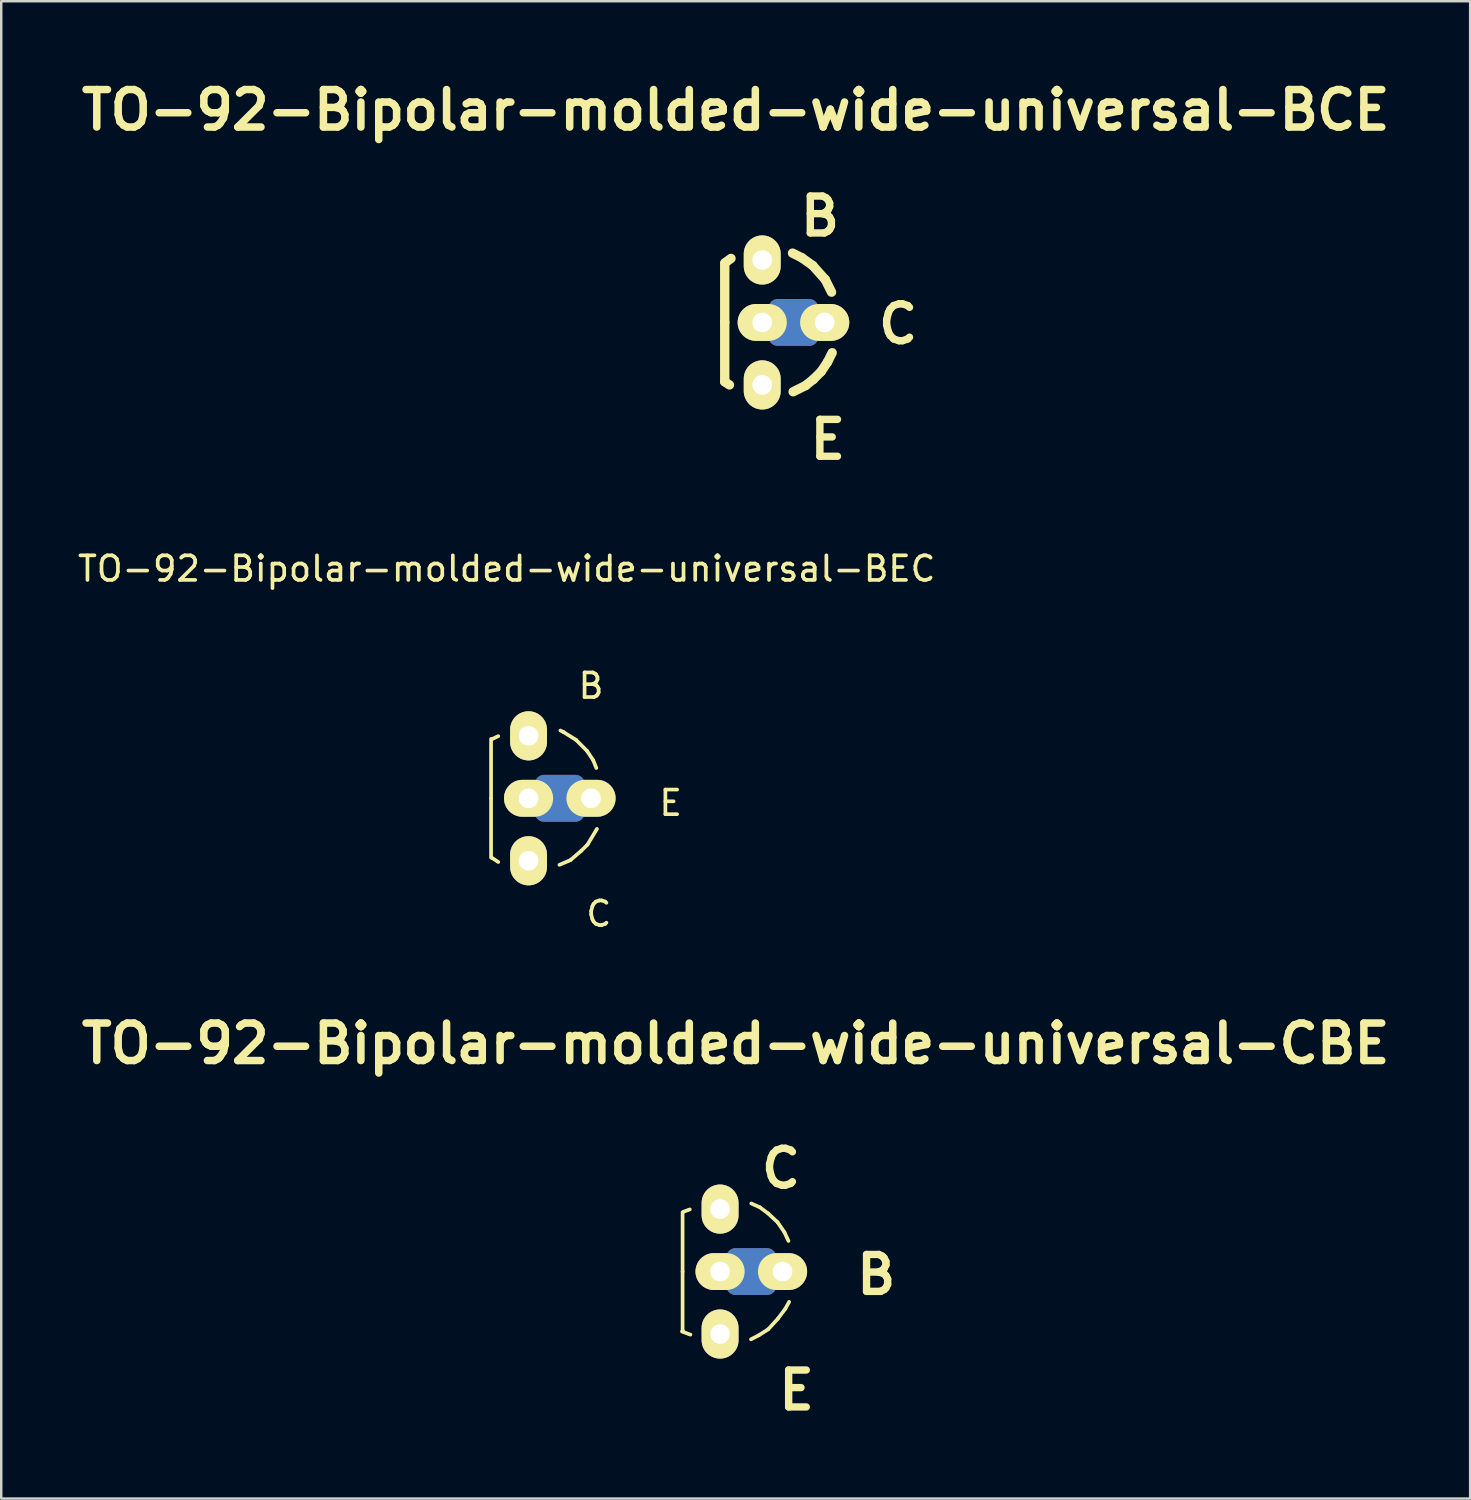
<source format=kicad_pcb>
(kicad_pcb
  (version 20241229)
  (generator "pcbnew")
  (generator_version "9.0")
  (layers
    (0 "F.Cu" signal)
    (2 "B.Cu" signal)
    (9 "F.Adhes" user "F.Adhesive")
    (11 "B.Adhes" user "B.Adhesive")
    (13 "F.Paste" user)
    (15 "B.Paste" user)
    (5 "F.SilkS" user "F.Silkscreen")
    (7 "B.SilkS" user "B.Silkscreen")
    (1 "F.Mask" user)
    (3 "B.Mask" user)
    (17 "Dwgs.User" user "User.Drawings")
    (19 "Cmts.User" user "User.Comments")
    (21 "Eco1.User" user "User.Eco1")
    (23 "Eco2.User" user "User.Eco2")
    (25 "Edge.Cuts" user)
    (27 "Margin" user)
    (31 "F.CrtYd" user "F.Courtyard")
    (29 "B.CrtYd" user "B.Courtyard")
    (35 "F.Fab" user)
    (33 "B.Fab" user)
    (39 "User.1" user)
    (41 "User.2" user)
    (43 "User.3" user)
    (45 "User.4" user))
  (footprint "TO-92-Bipolar-molded-wide-universal-BEC"
    (layer "F.Cu")
    (at 18.443 29.412)
    (property "Reference" "TO-92-Bipolar-molded-wide-universal-BEC" (at -0.889 -9.335 0) (layer "F.SilkS") (effects (font (size 1 1) (thickness 0.15))))
    (attr through_hole)
    (fp_line (start 0.635 -0.572) (end 1.905 -0.572) (stroke (width 0.762) (type solid)) (layer "F.Cu"))
    (fp_line (start 0.635 0.572) (end 1.905 0.572) (stroke (width 0.762) (type solid)) (layer "F.Cu"))
    (fp_line (start 0.889 0) (end 1.524 0) (stroke (width 0.762) (type solid)) (layer "F.Cu"))
    (fp_line (start 0.635 -0.572) (end 1.905 -0.572) (stroke (width 0.762) (type solid)) (layer "B.Cu"))
    (fp_line (start 0.635 0.572) (end 1.905 0.572) (stroke (width 0.762) (type solid)) (layer "B.Cu"))
    (fp_line (start 0.889 0) (end 1.524 0) (stroke (width 0.762) (type solid)) (layer "B.Cu"))
    (fp_line (start -1.524 0) (end -1.524 -2.413) (stroke (width 0.15) (type solid)) (layer "F.SilkS"))
    (fp_line (start -1.524 0) (end -1.524 2.413) (stroke (width 0.15) (type solid)) (layer "F.SilkS"))
    (fp_line (start -1.499 -2.4) (end -1.232 -2.527) (stroke (width 0.15) (type solid)) (layer "F.SilkS"))
    (fp_line (start -1.499 2.413) (end -1.232 2.591) (stroke (width 0.15) (type solid)) (layer "F.SilkS"))
    (fp_line (start 1.257 2.705) (end 1.702 2.515) (stroke (width 0.15) (type solid)) (layer "F.SilkS"))
    (fp_line (start 1.422 -2.692) (end 1.295 -2.756) (stroke (width 0.15) (type solid)) (layer "F.SilkS"))
    (fp_line (start 1.702 2.515) (end 2.146 2.134) (stroke (width 0.15) (type solid)) (layer "F.SilkS"))
    (fp_line (start 1.93 -2.375) (end 1.422 -2.692) (stroke (width 0.15) (type solid)) (layer "F.SilkS"))
    (fp_line (start 2.146 2.134) (end 2.4 1.88) (stroke (width 0.15) (type solid)) (layer "F.SilkS"))
    (fp_line (start 2.375 -1.93) (end 1.93 -2.375) (stroke (width 0.15) (type solid)) (layer "F.SilkS"))
    (fp_line (start 2.4 1.88) (end 2.781 1.245) (stroke (width 0.15) (type solid)) (layer "F.SilkS"))
    (fp_line (start 2.629 -1.549) (end 2.375 -1.93) (stroke (width 0.15) (type solid)) (layer "F.SilkS"))
    (fp_line (start 2.756 -1.232) (end 2.629 -1.549) (stroke (width 0.15) (type solid)) (layer "F.SilkS"))
    (fp_text user "B" (at 2.54 -4.572 0) (layer "F.SilkS") (effects (font (size 1 1) (thickness 0.15))))
    (fp_text user "C" (at 2.857 4.699 0) (layer "F.SilkS") (effects (font (size 1 1) (thickness 0.15))))
    (fp_text user "E" (at 5.779 0.191 0) (layer "F.SilkS") (effects (font (size 1 1) (thickness 0.15))))
    (pad "B" thru_hole oval (at 0 -2.54) (size 1.501 1.999) (drill 0.8) (layers "*.Cu" "*.Mask" "F.SilkS"))
    (pad "C" thru_hole oval (at 0 2.54) (size 1.501 1.999) (drill 0.8) (layers "*.Cu" "*.Mask" "F.SilkS"))
    (pad "E" thru_hole oval (at 0 0 90) (size 1.501 1.999) (drill 0.8) (layers "*.Cu" "*.Mask" "F.SilkS"))
    (pad "E" thru_hole oval (at 2.54 0) (size 1.999 1.501) (drill 0.8) (layers "*.Cu" "*.Mask" "F.SilkS")))
  (footprint "TO-92-Bipolar-molded-wide-universal-BCE"
    (layer "F.Cu")
    (at 27.945 10.062)
    (property "Reference" "TO-92-Bipolar-molded-wide-universal-BCE" (at -1.079 -8.636 0) (layer "F.SilkS") (effects (font (size 1.524 1.524) (thickness 0.305))))
    (attr through_hole)
    (fp_line (start 0.635 -0.572) (end 1.905 -0.572) (stroke (width 0.762) (type solid)) (layer "F.Cu"))
    (fp_line (start 0.635 0.572) (end 1.905 0.572) (stroke (width 0.762) (type solid)) (layer "F.Cu"))
    (fp_line (start 0.889 0) (end 1.524 0) (stroke (width 0.762) (type solid)) (layer "F.Cu"))
    (fp_line (start 0.635 -0.572) (end 1.905 -0.572) (stroke (width 0.762) (type solid)) (layer "B.Cu"))
    (fp_line (start 0.635 0.572) (end 1.905 0.572) (stroke (width 0.762) (type solid)) (layer "B.Cu"))
    (fp_line (start 0.889 0) (end 1.524 0) (stroke (width 0.762) (type solid)) (layer "B.Cu"))
    (fp_line (start -1.524 0) (end -1.524 -2.413) (stroke (width 0.381) (type solid)) (layer "F.SilkS"))
    (fp_line (start -1.524 0) (end -1.524 2.413) (stroke (width 0.381) (type solid)) (layer "F.SilkS"))
    (fp_line (start -1.524 2.413) (end -1.333 2.54) (stroke (width 0.381) (type solid)) (layer "F.SilkS"))
    (fp_line (start -1.511 -2.426) (end -1.27 -2.603) (stroke (width 0.381) (type solid)) (layer "F.SilkS"))
    (fp_line (start 1.232 -2.819) (end 1.613 -2.629) (stroke (width 0.381) (type solid)) (layer "F.SilkS"))
    (fp_line (start 1.613 -2.629) (end 2.057 -2.311) (stroke (width 0.381) (type solid)) (layer "F.SilkS"))
    (fp_line (start 1.765 2.565) (end 1.257 2.819) (stroke (width 0.381) (type solid)) (layer "F.SilkS"))
    (fp_line (start 2.057 -2.311) (end 2.565 -1.74) (stroke (width 0.381) (type solid)) (layer "F.SilkS"))
    (fp_line (start 2.083 2.311) (end 1.765 2.565) (stroke (width 0.381) (type solid)) (layer "F.SilkS"))
    (fp_line (start 2.4 1.994) (end 2.083 2.311) (stroke (width 0.381) (type solid)) (layer "F.SilkS"))
    (fp_line (start 2.565 -1.74) (end 2.819 -1.232) (stroke (width 0.381) (type solid)) (layer "F.SilkS"))
    (fp_line (start 2.654 1.613) (end 2.4 1.994) (stroke (width 0.381) (type solid)) (layer "F.SilkS"))
    (fp_line (start 2.845 1.232) (end 2.654 1.613) (stroke (width 0.381) (type solid)) (layer "F.SilkS"))
    (fp_text user "C" (at 5.524 0.064 0) (layer "F.SilkS") (effects (font (size 1.501 1.501) (thickness 0.3))))
    (fp_text user "E" (at 2.667 4.763 0) (layer "F.SilkS") (effects (font (size 1.501 1.501) (thickness 0.3))))
    (fp_text user "B" (at 2.349 -4.318 0) (layer "F.SilkS") (effects (font (size 1.501 1.501) (thickness 0.3))))
    (pad "B" thru_hole oval (at 0 -2.54) (size 1.501 1.999) (drill 0.8) (layers "*.Cu" "*.Mask" "F.SilkS"))
    (pad "C" thru_hole oval (at 0 0 90) (size 1.501 1.999) (drill 0.8) (layers "*.Cu" "*.Mask" "F.SilkS"))
    (pad "C" thru_hole oval (at 2.54 0) (size 1.999 1.501) (drill 0.8) (layers "*.Cu" "*.Mask" "F.SilkS"))
    (pad "E" thru_hole oval (at 0 2.54) (size 1.501 1.999) (drill 0.8) (layers "*.Cu" "*.Mask" "F.SilkS")))
  (footprint "TO-92-Bipolar-molded-wide-universal-CBE"
    (layer "F.Cu")
    (at 26.231 48.657)
    (property "Reference" "TO-92-Bipolar-molded-wide-universal-CBE" (at 0.635 -9.271 0) (layer "F.SilkS") (effects (font (size 1.524 1.524) (thickness 0.305))))
    (attr through_hole)
    (fp_line (start 0.635 -0.572) (end 1.905 -0.572) (stroke (width 0.762) (type solid)) (layer "F.Cu"))
    (fp_line (start 0.635 0.572) (end 1.905 0.572) (stroke (width 0.762) (type solid)) (layer "F.Cu"))
    (fp_line (start 0.889 0) (end 1.524 0) (stroke (width 0.762) (type solid)) (layer "F.Cu"))
    (fp_line (start 0.635 -0.572) (end 1.905 -0.572) (stroke (width 0.762) (type solid)) (layer "B.Cu"))
    (fp_line (start 0.635 0.572) (end 1.905 0.572) (stroke (width 0.762) (type solid)) (layer "B.Cu"))
    (fp_line (start 0.889 0) (end 1.524 0) (stroke (width 0.762) (type solid)) (layer "B.Cu"))
    (fp_line (start -1.549 2.438) (end -1.206 2.565) (stroke (width 0.15) (type solid)) (layer "F.SilkS"))
    (fp_line (start -1.524 0) (end -1.524 -2.413) (stroke (width 0.15) (type solid)) (layer "F.SilkS"))
    (fp_line (start -1.524 0) (end -1.524 2.413) (stroke (width 0.15) (type solid)) (layer "F.SilkS"))
    (fp_line (start -1.511 2.426) (end -1.511 2.413) (stroke (width 0.15) (type solid)) (layer "F.SilkS"))
    (fp_line (start -1.473 -2.438) (end -1.232 -2.527) (stroke (width 0.15) (type solid)) (layer "F.SilkS"))
    (fp_line (start 1.27 -2.769) (end 1.613 -2.616) (stroke (width 0.15) (type solid)) (layer "F.SilkS"))
    (fp_line (start 1.575 2.591) (end 1.257 2.756) (stroke (width 0.15) (type solid)) (layer "F.SilkS"))
    (fp_line (start 1.613 -2.616) (end 1.956 -2.362) (stroke (width 0.15) (type solid)) (layer "F.SilkS"))
    (fp_line (start 1.956 -2.362) (end 2.337 -2.007) (stroke (width 0.15) (type solid)) (layer "F.SilkS"))
    (fp_line (start 1.956 2.349) (end 1.575 2.591) (stroke (width 0.15) (type solid)) (layer "F.SilkS"))
    (fp_line (start 2.337 -2.007) (end 2.616 -1.6) (stroke (width 0.15) (type solid)) (layer "F.SilkS"))
    (fp_line (start 2.349 1.918) (end 1.956 2.349) (stroke (width 0.15) (type solid)) (layer "F.SilkS"))
    (fp_line (start 2.616 -1.6) (end 2.781 -1.245) (stroke (width 0.15) (type solid)) (layer "F.SilkS"))
    (fp_line (start 2.654 1.511) (end 2.349 1.918) (stroke (width 0.15) (type solid)) (layer "F.SilkS"))
    (fp_line (start 2.807 1.232) (end 2.654 1.511) (stroke (width 0.15) (type solid)) (layer "F.SilkS"))
    (fp_text user "B" (at 6.35 0.127 0) (layer "F.SilkS") (effects (font (size 1.501 1.501) (thickness 0.3))))
    (fp_text user "C" (at 2.477 -4.191 0) (layer "F.SilkS") (effects (font (size 1.501 1.501) (thickness 0.3))))
    (fp_text user "E" (at 3.111 4.826 0) (layer "F.SilkS") (effects (font (size 1.501 1.501) (thickness 0.3))))
    (pad "B" thru_hole oval (at 0 0 90) (size 1.501 1.999) (drill 0.8) (layers "*.Cu" "*.Mask" "F.SilkS"))
    (pad "B" thru_hole oval (at 2.54 0) (size 1.999 1.501) (drill 0.8) (layers "*.Cu" "*.Mask" "F.SilkS"))
    (pad "C" thru_hole oval (at 0 -2.54) (size 1.501 1.999) (drill 0.8) (layers "*.Cu" "*.Mask" "F.SilkS"))
    (pad "E" thru_hole oval (at 0 2.54) (size 1.501 1.999) (drill 0.8) (layers "*.Cu" "*.Mask" "F.SilkS")))
  (gr_rect
    (start -3 -3)
    (end 56.732 57.887)
    (stroke (width 0.1) (type default))
    (fill no)
    (layer "Edge.Cuts")))
</source>
